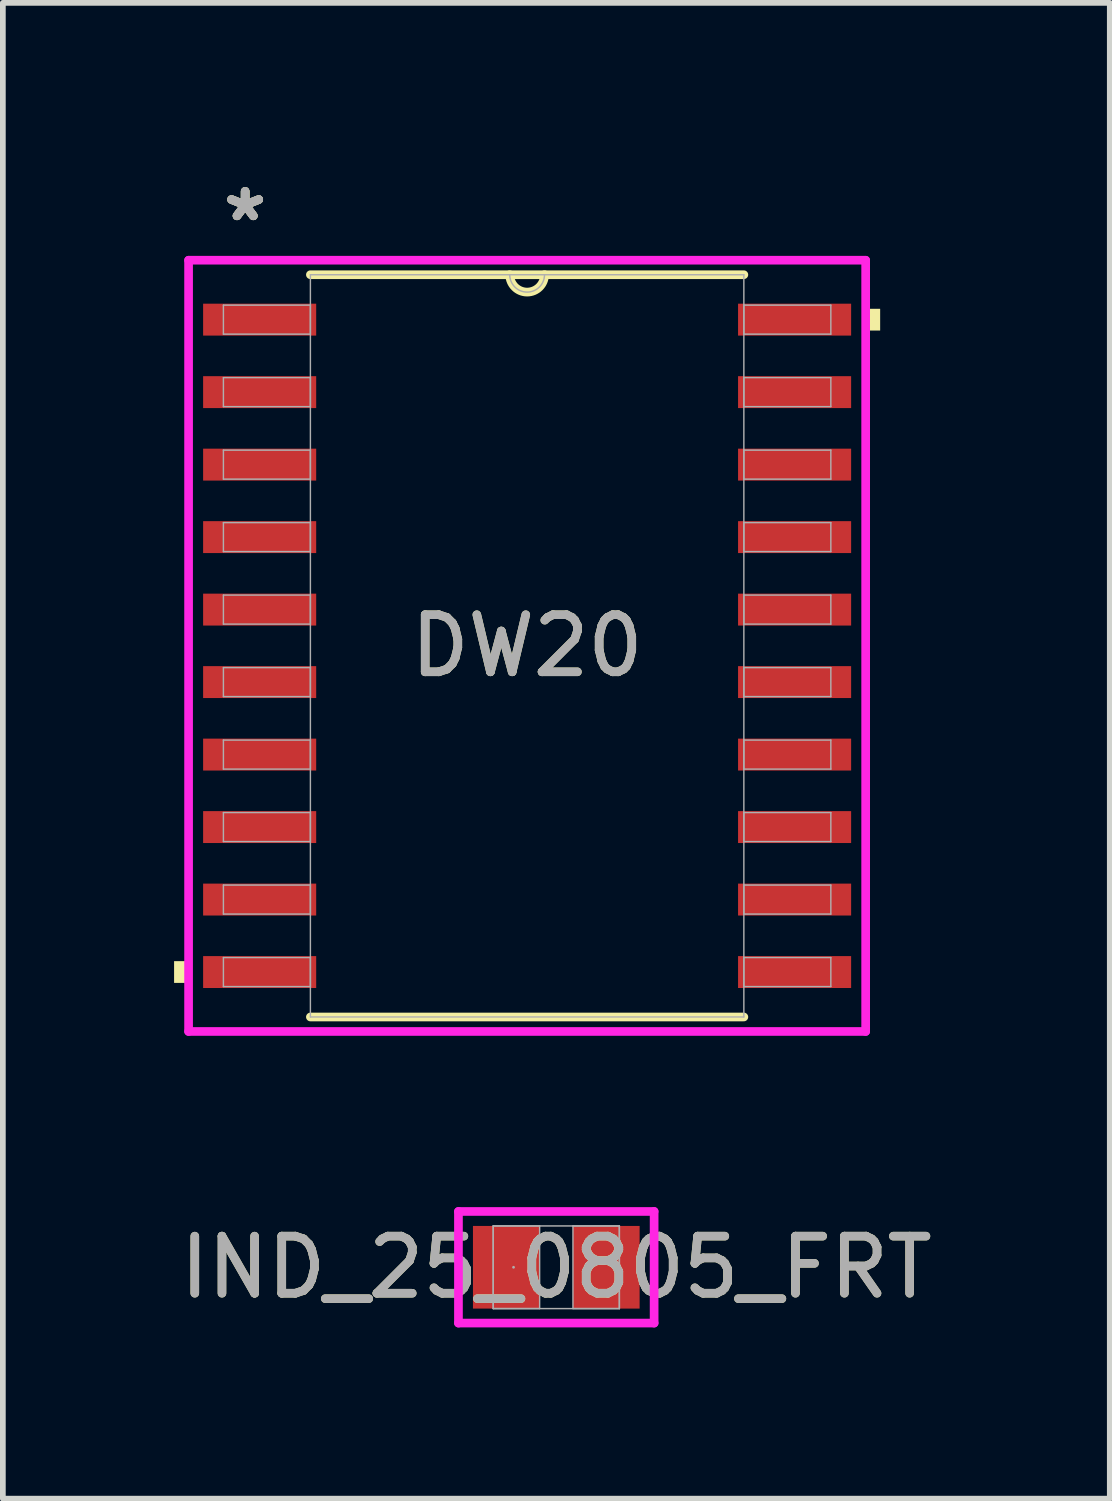
<source format=kicad_pcb>
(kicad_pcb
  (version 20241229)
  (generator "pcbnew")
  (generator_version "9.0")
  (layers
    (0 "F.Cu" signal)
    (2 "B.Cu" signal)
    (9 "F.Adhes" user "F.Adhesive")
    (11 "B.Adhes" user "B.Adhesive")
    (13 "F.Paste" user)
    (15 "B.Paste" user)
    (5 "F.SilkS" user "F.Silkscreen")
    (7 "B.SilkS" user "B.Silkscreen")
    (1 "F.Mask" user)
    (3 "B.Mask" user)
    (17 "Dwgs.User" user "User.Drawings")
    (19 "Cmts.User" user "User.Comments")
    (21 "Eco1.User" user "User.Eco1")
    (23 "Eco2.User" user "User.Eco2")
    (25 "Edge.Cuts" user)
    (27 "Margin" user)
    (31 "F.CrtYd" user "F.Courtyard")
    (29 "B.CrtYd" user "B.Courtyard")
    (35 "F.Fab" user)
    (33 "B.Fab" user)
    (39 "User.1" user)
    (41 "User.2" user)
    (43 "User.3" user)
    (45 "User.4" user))
  (footprint "IND_25_0805_FRT"
    (layer "F.Cu")
    (at 6.696 19.152)
    (property "Reference" "IND_25_0805_FRT" (at 0 0 0) (unlocked yes) (layer "F.SilkS") (effects (font (size 1 1) (thickness 0.15))))
    (attr smd)
    (fp_line (start -1.714 -0.978) (end 1.714 -0.978) (stroke (width 0.152) (type solid)) (layer "F.CrtYd"))
    (fp_line (start -1.714 0.978) (end -1.714 -0.978) (stroke (width 0.152) (type solid)) (layer "F.CrtYd"))
    (fp_line (start 1.714 -0.978) (end 1.714 0.978) (stroke (width 0.152) (type solid)) (layer "F.CrtYd"))
    (fp_line (start 1.714 0.978) (end -1.714 0.978) (stroke (width 0.152) (type solid)) (layer "F.CrtYd"))
    (fp_line (start -1.105 -0.724) (end -1.105 0.724) (stroke (width 0.025) (type solid)) (layer "F.Fab"))
    (fp_line (start -1.105 -0.724) (end -1.105 0.724) (stroke (width 0.025) (type solid)) (layer "F.Fab"))
    (fp_line (start -1.105 0.724) (end -0.292 0.724) (stroke (width 0.025) (type solid)) (layer "F.Fab"))
    (fp_line (start -1.105 0.724) (end 1.105 0.724) (stroke (width 0.025) (type solid)) (layer "F.Fab"))
    (fp_line (start -0.292 -0.724) (end -1.105 -0.724) (stroke (width 0.025) (type solid)) (layer "F.Fab"))
    (fp_line (start -0.292 0.724) (end -0.292 -0.724) (stroke (width 0.025) (type solid)) (layer "F.Fab"))
    (fp_line (start 0.292 -0.724) (end 0.292 0.724) (stroke (width 0.025) (type solid)) (layer "F.Fab"))
    (fp_line (start 0.292 0.724) (end 1.105 0.724) (stroke (width 0.025) (type solid)) (layer "F.Fab"))
    (fp_line (start 1.105 -0.724) (end -1.105 -0.724) (stroke (width 0.025) (type solid)) (layer "F.Fab"))
    (fp_line (start 1.105 -0.724) (end 0.292 -0.724) (stroke (width 0.025) (type solid)) (layer "F.Fab"))
    (fp_line (start 1.105 0.724) (end 1.105 -0.724) (stroke (width 0.025) (type solid)) (layer "F.Fab"))
    (fp_line (start 1.105 0.724) (end 1.105 -0.724) (stroke (width 0.025) (type solid)) (layer "F.Fab"))
    (fp_circle (center -0.749 0) (end -0.749 0) (stroke (width 0.025) (type solid)) (fill no) (layer "F.Fab"))
    (fp_text user "${REFERENCE}" (at 0 0 0) (unlocked yes) (layer "F.Fab") (effects (font (size 1 1) (thickness 0.15))))
    (pad "1" smd rect (at -0.876 0) (size 1.168 1.448) (layers "F.Cu" "F.Mask" "F.Paste"))
    (pad "2" smd rect (at 0.876 0) (size 1.168 1.448) (layers "F.Cu" "F.Mask" "F.Paste"))
    (zone (net_name "") (layer "F.Cu") (hatch full 0.508) (connect_pads) (min_thickness 0.254) (filled_areas_thickness no) (keepout (tracks not_allowed) (vias not_allowed) (pads allowed) (copperpour not_allowed) (footprints allowed)) (placement (enabled no)) (fill) (polygon (pts (xy 6.455 18.479) (xy 6.938 18.479) (xy 6.938 19.825) (xy 6.455 19.825)))))
  (footprint "DW20"
    (layer "F.Cu")
    (at 6.185 8.265)
    (property "Reference" "DW20" (at 0 0 0) (unlocked yes) (layer "F.SilkS") (effects (font (size 1 1) (thickness 0.15))))
    (attr smd)
    (fp_line (start -3.797 6.502) (end 3.797 6.502) (stroke (width 0.152) (type solid)) (layer "F.SilkS"))
    (fp_line (start 3.797 -6.502) (end -3.797 -6.502) (stroke (width 0.152) (type solid)) (layer "F.SilkS"))
    (fp_arc (start 0.3048 -6.5024) (mid 0 -6.1976) (end -0.3048 -6.5024) (stroke (width 0.1524) (type solid)) (layer "F.SilkS"))
    (fp_poly (pts (xy -6.185 5.524) (xy -6.185 5.905) (xy -5.931 5.905) (xy -5.931 5.524)) (stroke (width 0) (type solid)) (fill yes) (layer "F.SilkS"))
    (fp_poly (pts (xy 6.185 -5.905) (xy 6.185 -5.524) (xy 5.931 -5.524) (xy 5.931 -5.905)) (stroke (width 0) (type solid)) (fill yes) (layer "F.SilkS"))
    (fp_line (start -5.931 -6.756) (end 5.931 -6.756) (stroke (width 0.152) (type solid)) (layer "F.CrtYd"))
    (fp_line (start -5.931 6.756) (end -5.931 -6.756) (stroke (width 0.152) (type solid)) (layer "F.CrtYd"))
    (fp_line (start 5.931 -6.756) (end 5.931 6.756) (stroke (width 0.152) (type solid)) (layer "F.CrtYd"))
    (fp_line (start 5.931 6.756) (end -5.931 6.756) (stroke (width 0.152) (type solid)) (layer "F.CrtYd"))
    (fp_line (start -5.321 -5.969) (end -5.321 -5.461) (stroke (width 0.025) (type solid)) (layer "F.Fab"))
    (fp_line (start -5.321 -5.461) (end -3.797 -5.461) (stroke (width 0.025) (type solid)) (layer "F.Fab"))
    (fp_line (start -5.321 -4.699) (end -5.321 -4.191) (stroke (width 0.025) (type solid)) (layer "F.Fab"))
    (fp_line (start -5.321 -4.191) (end -3.797 -4.191) (stroke (width 0.025) (type solid)) (layer "F.Fab"))
    (fp_line (start -5.321 -3.429) (end -5.321 -2.921) (stroke (width 0.025) (type solid)) (layer "F.Fab"))
    (fp_line (start -5.321 -2.921) (end -3.797 -2.921) (stroke (width 0.025) (type solid)) (layer "F.Fab"))
    (fp_line (start -5.321 -2.159) (end -5.321 -1.651) (stroke (width 0.025) (type solid)) (layer "F.Fab"))
    (fp_line (start -5.321 -1.651) (end -3.797 -1.651) (stroke (width 0.025) (type solid)) (layer "F.Fab"))
    (fp_line (start -5.321 -0.889) (end -5.321 -0.381) (stroke (width 0.025) (type solid)) (layer "F.Fab"))
    (fp_line (start -5.321 -0.381) (end -3.797 -0.381) (stroke (width 0.025) (type solid)) (layer "F.Fab"))
    (fp_line (start -5.321 0.381) (end -5.321 0.889) (stroke (width 0.025) (type solid)) (layer "F.Fab"))
    (fp_line (start -5.321 0.889) (end -3.797 0.889) (stroke (width 0.025) (type solid)) (layer "F.Fab"))
    (fp_line (start -5.321 1.651) (end -5.321 2.159) (stroke (width 0.025) (type solid)) (layer "F.Fab"))
    (fp_line (start -5.321 2.159) (end -3.797 2.159) (stroke (width 0.025) (type solid)) (layer "F.Fab"))
    (fp_line (start -5.321 2.921) (end -5.321 3.429) (stroke (width 0.025) (type solid)) (layer "F.Fab"))
    (fp_line (start -5.321 3.429) (end -3.797 3.429) (stroke (width 0.025) (type solid)) (layer "F.Fab"))
    (fp_line (start -5.321 4.191) (end -5.321 4.699) (stroke (width 0.025) (type solid)) (layer "F.Fab"))
    (fp_line (start -5.321 4.699) (end -3.797 4.699) (stroke (width 0.025) (type solid)) (layer "F.Fab"))
    (fp_line (start -5.321 5.461) (end -5.321 5.969) (stroke (width 0.025) (type solid)) (layer "F.Fab"))
    (fp_line (start -5.321 5.969) (end -3.797 5.969) (stroke (width 0.025) (type solid)) (layer "F.Fab"))
    (fp_line (start -3.797 -6.502) (end -3.797 6.502) (stroke (width 0.025) (type solid)) (layer "F.Fab"))
    (fp_line (start -3.797 -5.969) (end -5.321 -5.969) (stroke (width 0.025) (type solid)) (layer "F.Fab"))
    (fp_line (start -3.797 -5.461) (end -3.797 -5.969) (stroke (width 0.025) (type solid)) (layer "F.Fab"))
    (fp_line (start -3.797 -4.699) (end -5.321 -4.699) (stroke (width 0.025) (type solid)) (layer "F.Fab"))
    (fp_line (start -3.797 -4.191) (end -3.797 -4.699) (stroke (width 0.025) (type solid)) (layer "F.Fab"))
    (fp_line (start -3.797 -3.429) (end -5.321 -3.429) (stroke (width 0.025) (type solid)) (layer "F.Fab"))
    (fp_line (start -3.797 -2.921) (end -3.797 -3.429) (stroke (width 0.025) (type solid)) (layer "F.Fab"))
    (fp_line (start -3.797 -2.159) (end -5.321 -2.159) (stroke (width 0.025) (type solid)) (layer "F.Fab"))
    (fp_line (start -3.797 -1.651) (end -3.797 -2.159) (stroke (width 0.025) (type solid)) (layer "F.Fab"))
    (fp_line (start -3.797 -0.889) (end -5.321 -0.889) (stroke (width 0.025) (type solid)) (layer "F.Fab"))
    (fp_line (start -3.797 -0.381) (end -3.797 -0.889) (stroke (width 0.025) (type solid)) (layer "F.Fab"))
    (fp_line (start -3.797 0.381) (end -5.321 0.381) (stroke (width 0.025) (type solid)) (layer "F.Fab"))
    (fp_line (start -3.797 0.889) (end -3.797 0.381) (stroke (width 0.025) (type solid)) (layer "F.Fab"))
    (fp_line (start -3.797 1.651) (end -5.321 1.651) (stroke (width 0.025) (type solid)) (layer "F.Fab"))
    (fp_line (start -3.797 2.159) (end -3.797 1.651) (stroke (width 0.025) (type solid)) (layer "F.Fab"))
    (fp_line (start -3.797 2.921) (end -5.321 2.921) (stroke (width 0.025) (type solid)) (layer "F.Fab"))
    (fp_line (start -3.797 3.429) (end -3.797 2.921) (stroke (width 0.025) (type solid)) (layer "F.Fab"))
    (fp_line (start -3.797 4.191) (end -5.321 4.191) (stroke (width 0.025) (type solid)) (layer "F.Fab"))
    (fp_line (start -3.797 4.699) (end -3.797 4.191) (stroke (width 0.025) (type solid)) (layer "F.Fab"))
    (fp_line (start -3.797 5.461) (end -5.321 5.461) (stroke (width 0.025) (type solid)) (layer "F.Fab"))
    (fp_line (start -3.797 5.969) (end -3.797 5.461) (stroke (width 0.025) (type solid)) (layer "F.Fab"))
    (fp_line (start -3.797 6.502) (end 3.797 6.502) (stroke (width 0.025) (type solid)) (layer "F.Fab"))
    (fp_line (start 3.797 -6.502) (end -3.797 -6.502) (stroke (width 0.025) (type solid)) (layer "F.Fab"))
    (fp_line (start 3.797 -5.969) (end 3.797 -5.461) (stroke (width 0.025) (type solid)) (layer "F.Fab"))
    (fp_line (start 3.797 -5.461) (end 5.321 -5.461) (stroke (width 0.025) (type solid)) (layer "F.Fab"))
    (fp_line (start 3.797 -4.699) (end 3.797 -4.191) (stroke (width 0.025) (type solid)) (layer "F.Fab"))
    (fp_line (start 3.797 -4.191) (end 5.321 -4.191) (stroke (width 0.025) (type solid)) (layer "F.Fab"))
    (fp_line (start 3.797 -3.429) (end 3.797 -2.921) (stroke (width 0.025) (type solid)) (layer "F.Fab"))
    (fp_line (start 3.797 -2.921) (end 5.321 -2.921) (stroke (width 0.025) (type solid)) (layer "F.Fab"))
    (fp_line (start 3.797 -2.159) (end 3.797 -1.651) (stroke (width 0.025) (type solid)) (layer "F.Fab"))
    (fp_line (start 3.797 -1.651) (end 5.321 -1.651) (stroke (width 0.025) (type solid)) (layer "F.Fab"))
    (fp_line (start 3.797 -0.889) (end 3.797 -0.381) (stroke (width 0.025) (type solid)) (layer "F.Fab"))
    (fp_line (start 3.797 -0.381) (end 5.321 -0.381) (stroke (width 0.025) (type solid)) (layer "F.Fab"))
    (fp_line (start 3.797 0.381) (end 3.797 0.889) (stroke (width 0.025) (type solid)) (layer "F.Fab"))
    (fp_line (start 3.797 0.889) (end 5.321 0.889) (stroke (width 0.025) (type solid)) (layer "F.Fab"))
    (fp_line (start 3.797 1.651) (end 3.797 2.159) (stroke (width 0.025) (type solid)) (layer "F.Fab"))
    (fp_line (start 3.797 2.159) (end 5.321 2.159) (stroke (width 0.025) (type solid)) (layer "F.Fab"))
    (fp_line (start 3.797 2.921) (end 3.797 3.429) (stroke (width 0.025) (type solid)) (layer "F.Fab"))
    (fp_line (start 3.797 3.429) (end 5.321 3.429) (stroke (width 0.025) (type solid)) (layer "F.Fab"))
    (fp_line (start 3.797 4.191) (end 3.797 4.699) (stroke (width 0.025) (type solid)) (layer "F.Fab"))
    (fp_line (start 3.797 4.699) (end 5.321 4.699) (stroke (width 0.025) (type solid)) (layer "F.Fab"))
    (fp_line (start 3.797 5.461) (end 3.797 5.969) (stroke (width 0.025) (type solid)) (layer "F.Fab"))
    (fp_line (start 3.797 5.969) (end 5.321 5.969) (stroke (width 0.025) (type solid)) (layer "F.Fab"))
    (fp_line (start 3.797 6.502) (end 3.797 -6.502) (stroke (width 0.025) (type solid)) (layer "F.Fab"))
    (fp_line (start 5.321 -5.969) (end 3.797 -5.969) (stroke (width 0.025) (type solid)) (layer "F.Fab"))
    (fp_line (start 5.321 -5.461) (end 5.321 -5.969) (stroke (width 0.025) (type solid)) (layer "F.Fab"))
    (fp_line (start 5.321 -4.699) (end 3.797 -4.699) (stroke (width 0.025) (type solid)) (layer "F.Fab"))
    (fp_line (start 5.321 -4.191) (end 5.321 -4.699) (stroke (width 0.025) (type solid)) (layer "F.Fab"))
    (fp_line (start 5.321 -3.429) (end 3.797 -3.429) (stroke (width 0.025) (type solid)) (layer "F.Fab"))
    (fp_line (start 5.321 -2.921) (end 5.321 -3.429) (stroke (width 0.025) (type solid)) (layer "F.Fab"))
    (fp_line (start 5.321 -2.159) (end 3.797 -2.159) (stroke (width 0.025) (type solid)) (layer "F.Fab"))
    (fp_line (start 5.321 -1.651) (end 5.321 -2.159) (stroke (width 0.025) (type solid)) (layer "F.Fab"))
    (fp_line (start 5.321 -0.889) (end 3.797 -0.889) (stroke (width 0.025) (type solid)) (layer "F.Fab"))
    (fp_line (start 5.321 -0.381) (end 5.321 -0.889) (stroke (width 0.025) (type solid)) (layer "F.Fab"))
    (fp_line (start 5.321 0.381) (end 3.797 0.381) (stroke (width 0.025) (type solid)) (layer "F.Fab"))
    (fp_line (start 5.321 0.889) (end 5.321 0.381) (stroke (width 0.025) (type solid)) (layer "F.Fab"))
    (fp_line (start 5.321 1.651) (end 3.797 1.651) (stroke (width 0.025) (type solid)) (layer "F.Fab"))
    (fp_line (start 5.321 2.159) (end 5.321 1.651) (stroke (width 0.025) (type solid)) (layer "F.Fab"))
    (fp_line (start 5.321 2.921) (end 3.797 2.921) (stroke (width 0.025) (type solid)) (layer "F.Fab"))
    (fp_line (start 5.321 3.429) (end 5.321 2.921) (stroke (width 0.025) (type solid)) (layer "F.Fab"))
    (fp_line (start 5.321 4.191) (end 3.797 4.191) (stroke (width 0.025) (type solid)) (layer "F.Fab"))
    (fp_line (start 5.321 4.699) (end 5.321 4.191) (stroke (width 0.025) (type solid)) (layer "F.Fab"))
    (fp_line (start 5.321 5.461) (end 3.797 5.461) (stroke (width 0.025) (type solid)) (layer "F.Fab"))
    (fp_line (start 5.321 5.969) (end 5.321 5.461) (stroke (width 0.025) (type solid)) (layer "F.Fab"))
    (fp_arc (start 0.3048 -6.5024) (mid 0 -6.1976) (end -0.3048 -6.5024) (stroke (width 0.0254) (type solid)) (layer "F.Fab"))
    (fp_text user "*" (at -4.94 -7.417 0) (layer "F.SilkS") (effects (font (size 1 1) (thickness 0.15))))
    (fp_text user "*" (at -4.94 -7.417 0) (unlocked yes) (layer "F.SilkS") (effects (font (size 1 1) (thickness 0.15))))
    (fp_text user "*" (at -4.94 -7.417 0) (layer "F.Fab") (effects (font (size 1 1) (thickness 0.15))))
    (fp_text user "${REFERENCE}" (at 0 0 0) (unlocked yes) (layer "F.Fab") (effects (font (size 1 1) (thickness 0.15))))
    (fp_text user "*" (at -4.94 -7.417 0) (unlocked yes) (layer "F.Fab") (effects (font (size 1 1) (thickness 0.15))))
    (pad "1" smd rect (at -4.686 -5.715) (size 1.981 0.559) (layers "F.Cu" "F.Mask" "F.Paste"))
    (pad "2" smd rect (at -4.686 -4.445) (size 1.981 0.559) (layers "F.Cu" "F.Mask" "F.Paste"))
    (pad "3" smd rect (at -4.686 -3.175) (size 1.981 0.559) (layers "F.Cu" "F.Mask" "F.Paste"))
    (pad "4" smd rect (at -4.686 -1.905) (size 1.981 0.559) (layers "F.Cu" "F.Mask" "F.Paste"))
    (pad "5" smd rect (at -4.686 -0.635) (size 1.981 0.559) (layers "F.Cu" "F.Mask" "F.Paste"))
    (pad "6" smd rect (at -4.686 0.635) (size 1.981 0.559) (layers "F.Cu" "F.Mask" "F.Paste"))
    (pad "7" smd rect (at -4.686 1.905) (size 1.981 0.559) (layers "F.Cu" "F.Mask" "F.Paste"))
    (pad "8" smd rect (at -4.686 3.175) (size 1.981 0.559) (layers "F.Cu" "F.Mask" "F.Paste"))
    (pad "9" smd rect (at -4.686 4.445) (size 1.981 0.559) (layers "F.Cu" "F.Mask" "F.Paste"))
    (pad "10" smd rect (at -4.686 5.715) (size 1.981 0.559) (layers "F.Cu" "F.Mask" "F.Paste"))
    (pad "11" smd rect (at 4.686 5.715) (size 1.981 0.559) (layers "F.Cu" "F.Mask" "F.Paste"))
    (pad "12" smd rect (at 4.686 4.445) (size 1.981 0.559) (layers "F.Cu" "F.Mask" "F.Paste"))
    (pad "13" smd rect (at 4.686 3.175) (size 1.981 0.559) (layers "F.Cu" "F.Mask" "F.Paste"))
    (pad "14" smd rect (at 4.686 1.905) (size 1.981 0.559) (layers "F.Cu" "F.Mask" "F.Paste"))
    (pad "15" smd rect (at 4.686 0.635) (size 1.981 0.559) (layers "F.Cu" "F.Mask" "F.Paste"))
    (pad "16" smd rect (at 4.686 -0.635) (size 1.981 0.559) (layers "F.Cu" "F.Mask" "F.Paste"))
    (pad "17" smd rect (at 4.686 -1.905) (size 1.981 0.559) (layers "F.Cu" "F.Mask" "F.Paste"))
    (pad "18" smd rect (at 4.686 -3.175) (size 1.981 0.559) (layers "F.Cu" "F.Mask" "F.Paste"))
    (pad "19" smd rect (at 4.686 -4.445) (size 1.981 0.559) (layers "F.Cu" "F.Mask" "F.Paste"))
    (pad "20" smd rect (at 4.686 -5.715) (size 1.981 0.559) (layers "F.Cu" "F.Mask" "F.Paste")))
  (gr_rect
    (start -3 -3)
    (end 16.393 23.206)
    (stroke (width 0.1) (type default))
    (fill no)
    (layer "Edge.Cuts")))
</source>
